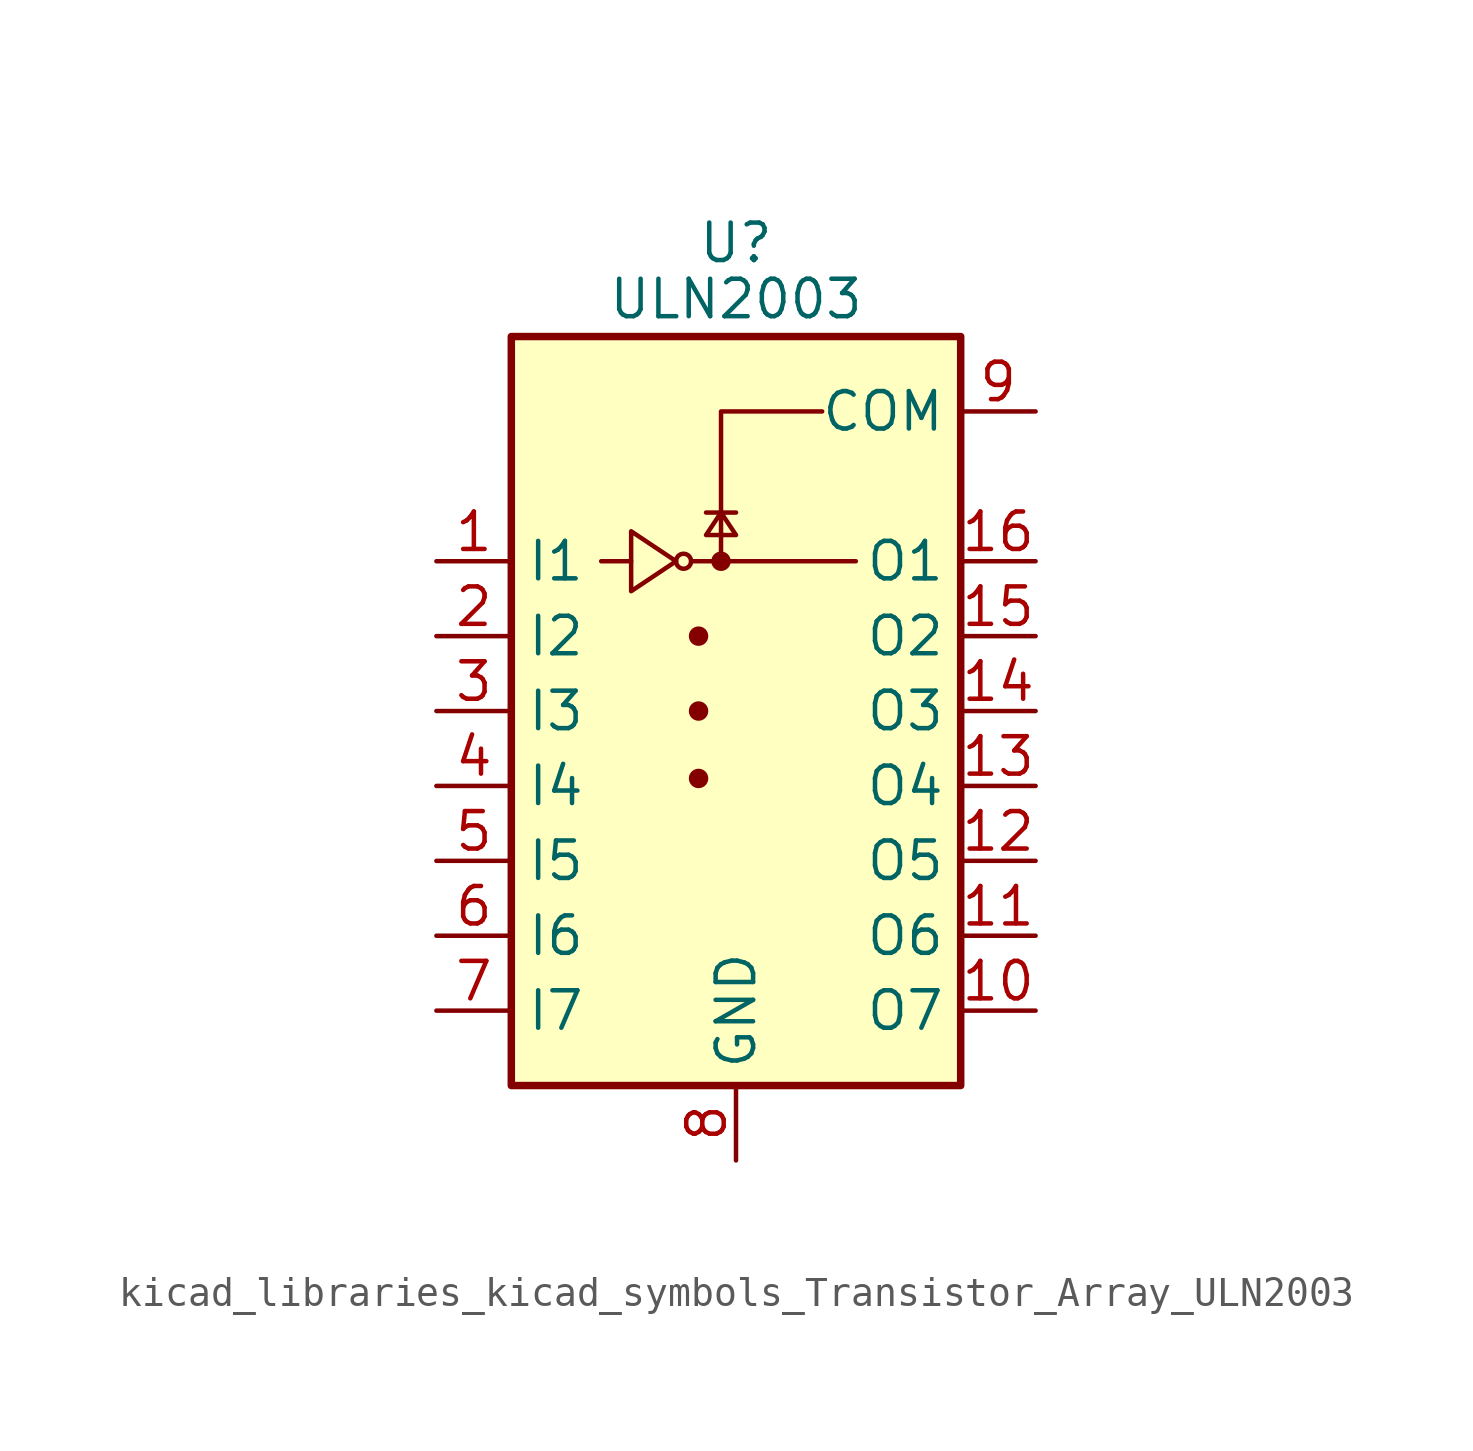
<source format=kicad_sym>
(kicad_symbol_lib
  (version 20220914)
  (generator kicad_symbol_editor)
  (symbol "kicad_libraries_kicad_symbols_Transistor_Array_ULN2003"
    (property "Reference" "U"
      (at 0 15.875 0)
      (effects (font (size 1.27 1.27))))
    (property "Value" "ULN2003"
      (at 0 13.97 0)
      (effects (font (size 1.27 1.27))))
    (symbol "kicad_libraries_kicad_symbols_Transistor_Array_ULN2003_0_1"
      (rectangle (start -7.62 -12.7) (end 7.62 12.7) (stroke (width 0.254) (type default)) (fill (type background)))
      (circle (center -1.778 5.08) (radius 0.254) (stroke (width 0) (type default)) (fill (type none)))
      (circle (center -1.27 -2.286) (radius 0.254) (stroke (width 0) (type default)) (fill (type outline)))
      (circle (center -1.27 0) (radius 0.254) (stroke (width 0) (type default)) (fill (type outline)))
      (circle (center -1.27 2.54) (radius 0.254) (stroke (width 0) (type default)) (fill (type outline)))
      (circle (center -0.508 5.08) (radius 0.254) (stroke (width 0) (type default)) (fill (type outline)))
      (polyline (pts (xy -4.572 5.08) (xy -3.556 5.08)) (stroke (width 0) (type default)) (fill (type none)))
      (polyline (pts (xy -1.524 5.08) (xy 4.064 5.08)) (stroke (width 0) (type default)) (fill (type none)))
      (polyline (pts (xy 0 6.731) (xy -1.016 6.731)) (stroke (width 0) (type default)) (fill (type none)))
      (polyline (pts (xy -0.508 5.08) (xy -0.508 10.16) (xy 2.921 10.16)) (stroke (width 0) (type default)) (fill (type none)))
      (polyline (pts (xy -3.556 6.096) (xy -3.556 4.064) (xy -2.032 5.08) (xy -3.556 6.096)) (stroke (width 0) (type default)) (fill (type none)))
      (polyline (pts (xy 0 5.969) (xy -1.016 5.969) (xy -0.508 6.731) (xy 0 5.969)) (stroke (width 0) (type default)) (fill (type none))))
    (symbol "kicad_libraries_kicad_symbols_Transistor_Array_ULN2003_1_1"
      (pin input line (at -10.16 5.08 0) (length 2.54) (name "I1" (effects (font (size 1.27 1.27)))) (number "1" (effects (font (size 1.27 1.27)))))
      (pin open_collector line (at 10.16 -10.16 180) (length 2.54) (name "O7" (effects (font (size 1.27 1.27)))) (number "10" (effects (font (size 1.27 1.27)))))
      (pin open_collector line (at 10.16 -7.62 180) (length 2.54) (name "O6" (effects (font (size 1.27 1.27)))) (number "11" (effects (font (size 1.27 1.27)))))
      (pin open_collector line (at 10.16 -5.08 180) (length 2.54) (name "O5" (effects (font (size 1.27 1.27)))) (number "12" (effects (font (size 1.27 1.27)))))
      (pin open_collector line (at 10.16 -2.54 180) (length 2.54) (name "O4" (effects (font (size 1.27 1.27)))) (number "13" (effects (font (size 1.27 1.27)))))
      (pin open_collector line (at 10.16 0 180) (length 2.54) (name "O3" (effects (font (size 1.27 1.27)))) (number "14" (effects (font (size 1.27 1.27)))))
      (pin open_collector line (at 10.16 2.54 180) (length 2.54) (name "O2" (effects (font (size 1.27 1.27)))) (number "15" (effects (font (size 1.27 1.27)))))
      (pin open_collector line (at 10.16 5.08 180) (length 2.54) (name "O1" (effects (font (size 1.27 1.27)))) (number "16" (effects (font (size 1.27 1.27)))))
      (pin input line (at -10.16 2.54 0) (length 2.54) (name "I2" (effects (font (size 1.27 1.27)))) (number "2" (effects (font (size 1.27 1.27)))))
      (pin input line (at -10.16 0 0) (length 2.54) (name "I3" (effects (font (size 1.27 1.27)))) (number "3" (effects (font (size 1.27 1.27)))))
      (pin input line (at -10.16 -2.54 0) (length 2.54) (name "I4" (effects (font (size 1.27 1.27)))) (number "4" (effects (font (size 1.27 1.27)))))
      (pin input line (at -10.16 -5.08 0) (length 2.54) (name "I5" (effects (font (size 1.27 1.27)))) (number "5" (effects (font (size 1.27 1.27)))))
      (pin input line (at -10.16 -7.62 0) (length 2.54) (name "I6" (effects (font (size 1.27 1.27)))) (number "6" (effects (font (size 1.27 1.27)))))
      (pin input line (at -10.16 -10.16 0) (length 2.54) (name "I7" (effects (font (size 1.27 1.27)))) (number "7" (effects (font (size 1.27 1.27)))))
      (pin power_in line (at 0 -15.24 90) (length 2.54) (name "GND" (effects (font (size 1.27 1.27)))) (number "8" (effects (font (size 1.27 1.27)))))
      (pin passive line (at 10.16 10.16 180) (length 2.54) (name "COM" (effects (font (size 1.27 1.27)))) (number "9" (effects (font (size 1.27 1.27))))))))
</source>
